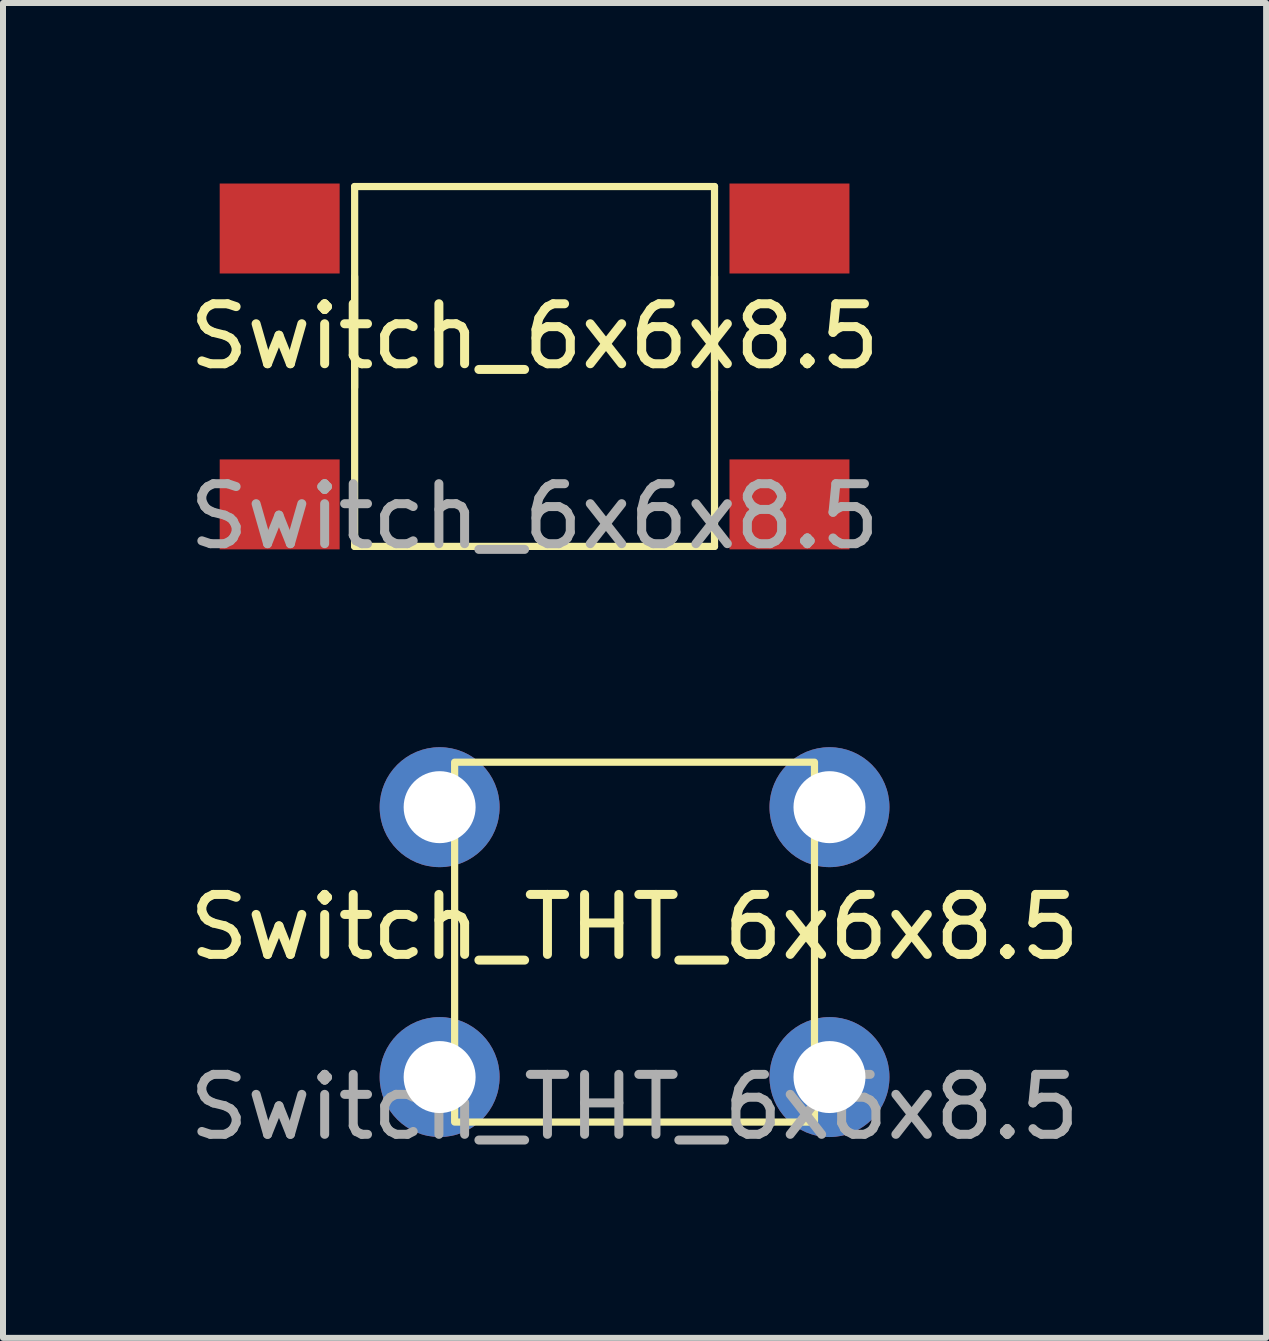
<source format=kicad_pcb>
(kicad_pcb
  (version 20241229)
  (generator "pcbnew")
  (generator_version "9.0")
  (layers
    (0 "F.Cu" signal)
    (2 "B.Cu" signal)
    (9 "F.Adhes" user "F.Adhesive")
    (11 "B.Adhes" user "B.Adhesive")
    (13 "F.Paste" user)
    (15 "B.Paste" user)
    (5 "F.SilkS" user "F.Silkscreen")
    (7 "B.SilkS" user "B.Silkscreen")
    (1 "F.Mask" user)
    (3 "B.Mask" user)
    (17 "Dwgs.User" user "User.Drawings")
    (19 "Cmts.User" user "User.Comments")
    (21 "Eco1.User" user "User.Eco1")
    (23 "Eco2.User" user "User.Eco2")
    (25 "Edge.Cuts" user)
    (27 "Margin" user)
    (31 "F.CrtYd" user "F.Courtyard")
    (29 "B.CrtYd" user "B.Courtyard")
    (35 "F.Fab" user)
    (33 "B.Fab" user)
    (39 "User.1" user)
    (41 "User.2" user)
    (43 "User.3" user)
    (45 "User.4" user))
  (footprint "Switch_6x6x8.5"
    (layer "F.Cu")
    (at 5.863 3.06)
    (property "Reference" "Switch_6x6x8.5" (at 0 -0.5 0) (unlocked yes) (layer "F.SilkS") (effects (font (size 1 1) (thickness 0.15))))
    (attr smd)
    (fp_line (start -3 -3) (end -3 3) (stroke (width 0.12) (type solid)) (layer "F.SilkS"))
    (fp_line (start -3 -3) (end 3 -3) (stroke (width 0.12) (type solid)) (layer "F.SilkS"))
    (fp_line (start -3 0.35) (end -3 -1.5) (stroke (width 0.12) (type solid)) (layer "F.SilkS"))
    (fp_line (start 3 -3) (end 3 3) (stroke (width 0.12) (type solid)) (layer "F.SilkS"))
    (fp_line (start 3 -1.5) (end 3 0.4) (stroke (width 0.12) (type solid)) (layer "F.SilkS"))
    (fp_line (start 3 3) (end -3 3) (stroke (width 0.12) (type solid)) (layer "F.SilkS"))
    (fp_text user "${REFERENCE}" (at 0 2.5 0) (unlocked yes) (layer "F.Fab") (effects (font (size 1 1) (thickness 0.15))))
    (pad "1" smd rect (at -4.25 -2.3 270) (size 1.5 2) (layers "F.Cu" "F.Mask" "F.Paste"))
    (pad "2" smd rect (at 4.25 -2.3 90) (size 1.5 2) (layers "F.Cu" "F.Mask" "F.Paste"))
    (pad "3" smd rect (at -4.25 2.3) (size 2 1.5) (layers "F.Cu" "F.Mask" "F.Paste"))
    (pad "4" smd rect (at 4.25 2.3) (size 2 1.5) (layers "F.Cu" "F.Mask" "F.Paste")))
  (footprint "Switch_THT_6x6x8.5"
    (layer "F.Cu")
    (at 7.53 12.908)
    (property "Reference" "Switch_THT_6x6x8.5" (at 0 -0.5 0) (unlocked yes) (layer "F.SilkS") (effects (font (size 1 1) (thickness 0.15))))
    (attr through_hole)
    (fp_rect (start -3 -3.25) (end 3 2.75) (stroke (width 0.12) (type solid)) (fill no) (layer "F.SilkS"))
    (fp_text user "${REFERENCE}" (at 0 2.5 0) (unlocked yes) (layer "F.Fab") (effects (font (size 1 1) (thickness 0.15))))
    (pad "1" thru_hole circle (at -3.25 -2.5) (size 2 2) (drill 1.2) (layers "*.Cu" "*.Mask"))
    (pad "2" thru_hole circle (at 3.25 -2.5) (size 2 2) (drill 1.2) (layers "*.Cu" "*.Mask"))
    (pad "3" thru_hole circle (at -3.25 2) (size 2 2) (drill 1.2) (layers "*.Cu" "*.Mask"))
    (pad "4" thru_hole circle (at 3.25 2) (size 2 2) (drill 1.2) (layers "*.Cu" "*.Mask")))
  (gr_rect
    (start -3 -3)
    (end 18.06 19.256)
    (stroke (width 0.1) (type default))
    (fill no)
    (layer "Edge.Cuts")))
</source>
